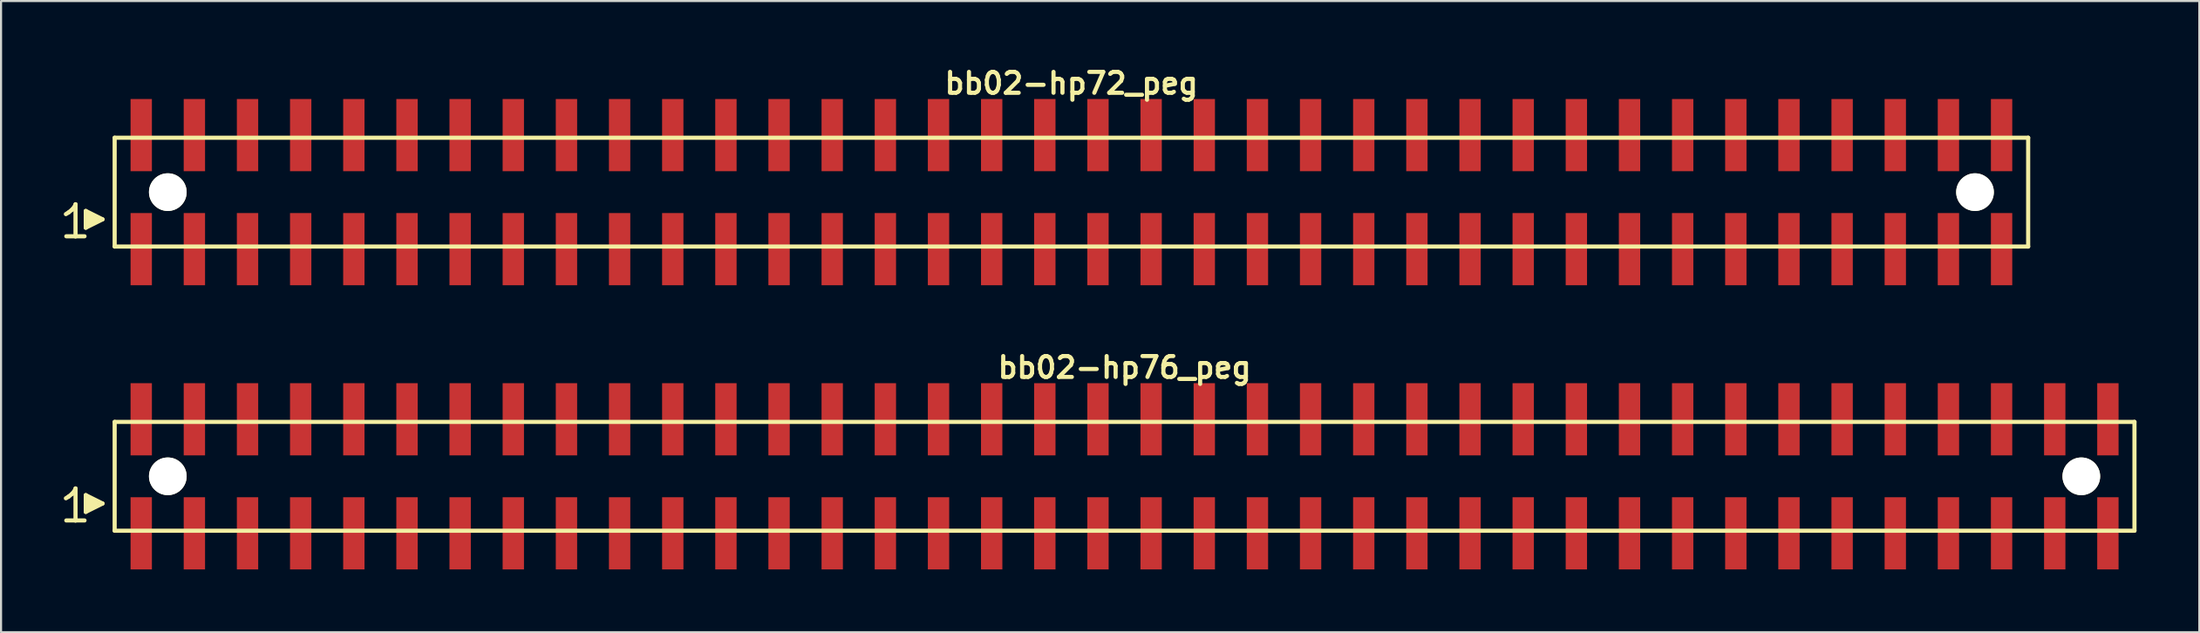
<source format=kicad_pcb>
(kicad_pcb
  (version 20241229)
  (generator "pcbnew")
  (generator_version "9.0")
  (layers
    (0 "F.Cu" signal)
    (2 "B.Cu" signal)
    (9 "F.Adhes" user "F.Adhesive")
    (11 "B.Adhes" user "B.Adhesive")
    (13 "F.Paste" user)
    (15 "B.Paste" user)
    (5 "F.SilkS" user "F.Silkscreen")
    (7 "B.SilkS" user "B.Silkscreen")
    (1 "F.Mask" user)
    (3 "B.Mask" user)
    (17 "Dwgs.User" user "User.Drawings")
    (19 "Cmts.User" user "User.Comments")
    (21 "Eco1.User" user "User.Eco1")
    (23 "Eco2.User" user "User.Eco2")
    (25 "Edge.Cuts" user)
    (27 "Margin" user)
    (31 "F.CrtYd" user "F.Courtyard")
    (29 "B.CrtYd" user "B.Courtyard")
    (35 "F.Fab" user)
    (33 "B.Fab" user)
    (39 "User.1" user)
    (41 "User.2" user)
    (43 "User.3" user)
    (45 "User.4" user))
  (footprint "bb02-hp76_peg"
    (layer "F.Cu")
    (at 50.689 19.713)
    (property "Reference" "bb02-hp76_peg" (at 0 -5.2 0) (layer "F.SilkS") (effects (font (size 0.998 0.998) (thickness 0.198))))
    (attr through_hole)
    (fp_line (start -50.59 1.05) (end -50.46 0.97) (stroke (width 0.198) (type solid)) (layer "F.SilkS"))
    (fp_line (start -50.46 0.97) (end -50.3 0.84) (stroke (width 0.198) (type solid)) (layer "F.SilkS"))
    (fp_line (start -50.3 0.84) (end -50.16 0.67) (stroke (width 0.198) (type solid)) (layer "F.SilkS"))
    (fp_line (start -50.16 0.67) (end -50.13 0.58) (stroke (width 0.198) (type solid)) (layer "F.SilkS"))
    (fp_line (start -50.13 0.58) (end -50.13 2.11) (stroke (width 0.198) (type solid)) (layer "F.SilkS"))
    (fp_line (start -50.13 2.11) (end -50.57 2.11) (stroke (width 0.198) (type solid)) (layer "F.SilkS"))
    (fp_line (start -49.7 2.11) (end -50.14 2.11) (stroke (width 0.198) (type solid)) (layer "F.SilkS"))
    (fp_line (start -49.64 0.9) (end -48.84 1.3) (stroke (width 0.198) (type solid)) (layer "F.SilkS"))
    (fp_line (start -49.64 1.7) (end -49.64 0.9) (stroke (width 0.198) (type solid)) (layer "F.SilkS"))
    (fp_line (start -49.54 1.6) (end -49.54 1) (stroke (width 0.198) (type solid)) (layer "F.SilkS"))
    (fp_line (start -49.44 1.1) (end -49.44 1.5) (stroke (width 0.198) (type solid)) (layer "F.SilkS"))
    (fp_line (start -49.34 1.5) (end -49.34 1.1) (stroke (width 0.198) (type solid)) (layer "F.SilkS"))
    (fp_line (start -49.24 1.2) (end -49.24 1.4) (stroke (width 0.198) (type solid)) (layer "F.SilkS"))
    (fp_line (start -49.14 1.4) (end -49.14 1.2) (stroke (width 0.198) (type solid)) (layer "F.SilkS"))
    (fp_line (start -48.84 1.3) (end -49.64 1.7) (stroke (width 0.198) (type solid)) (layer "F.SilkS"))
    (fp_line (start -48.26 -2.6) (end -48.26 2.6) (stroke (width 0.198) (type solid)) (layer "F.SilkS"))
    (fp_line (start -48.26 -2.6) (end 48.26 -2.6) (stroke (width 0.198) (type solid)) (layer "F.SilkS"))
    (fp_line (start 48.26 2.6) (end -48.26 2.6) (stroke (width 0.198) (type solid)) (layer "F.SilkS"))
    (fp_line (start 48.26 2.6) (end 48.26 -2.6) (stroke (width 0.198) (type solid)) (layer "F.SilkS"))
    (pad "" np_thru_hole circle (at -45.72 0) (size 1.8 1.8) (drill 1.8) (layers "*.Cu" "*.Mask" "F.SilkS"))
    (pad "" np_thru_hole circle (at 45.72 0) (size 1.8 1.8) (drill 1.8) (layers "*.Cu" "*.Mask" "F.SilkS"))
    (pad "1" smd rect (at -46.99 2.725) (size 1.02 3.45) (layers "F.Cu" "F.Mask" "F.Paste"))
    (pad "2" smd rect (at -46.99 -2.725) (size 1.02 3.45) (layers "F.Cu" "F.Mask" "F.Paste"))
    (pad "3" smd rect (at -44.45 2.725) (size 1.02 3.45) (layers "F.Cu" "F.Mask" "F.Paste"))
    (pad "4" smd rect (at -44.45 -2.725) (size 1.02 3.45) (layers "F.Cu" "F.Mask" "F.Paste"))
    (pad "5" smd rect (at -41.91 2.725) (size 1.02 3.45) (layers "F.Cu" "F.Mask" "F.Paste"))
    (pad "6" smd rect (at -41.91 -2.725) (size 1.02 3.45) (layers "F.Cu" "F.Mask" "F.Paste"))
    (pad "7" smd rect (at -39.37 2.725) (size 1.02 3.45) (layers "F.Cu" "F.Mask" "F.Paste"))
    (pad "8" smd rect (at -39.37 -2.725) (size 1.02 3.45) (layers "F.Cu" "F.Mask" "F.Paste"))
    (pad "9" smd rect (at -36.83 2.725) (size 1.02 3.45) (layers "F.Cu" "F.Mask" "F.Paste"))
    (pad "10" smd rect (at -36.83 -2.725) (size 1.02 3.45) (layers "F.Cu" "F.Mask" "F.Paste"))
    (pad "11" smd rect (at -34.29 2.725) (size 1.02 3.45) (layers "F.Cu" "F.Mask" "F.Paste"))
    (pad "12" smd rect (at -34.29 -2.725) (size 1.02 3.45) (layers "F.Cu" "F.Mask" "F.Paste"))
    (pad "13" smd rect (at -31.75 2.725) (size 1.02 3.45) (layers "F.Cu" "F.Mask" "F.Paste"))
    (pad "14" smd rect (at -31.75 -2.725) (size 1.02 3.45) (layers "F.Cu" "F.Mask" "F.Paste"))
    (pad "15" smd rect (at -29.21 2.725) (size 1.02 3.45) (layers "F.Cu" "F.Mask" "F.Paste"))
    (pad "16" smd rect (at -29.21 -2.725) (size 1.02 3.45) (layers "F.Cu" "F.Mask" "F.Paste"))
    (pad "17" smd rect (at -26.67 2.725) (size 1.02 3.45) (layers "F.Cu" "F.Mask" "F.Paste"))
    (pad "18" smd rect (at -26.67 -2.725) (size 1.02 3.45) (layers "F.Cu" "F.Mask" "F.Paste"))
    (pad "19" smd rect (at -24.13 2.725) (size 1.02 3.45) (layers "F.Cu" "F.Mask" "F.Paste"))
    (pad "20" smd rect (at -24.13 -2.725) (size 1.02 3.45) (layers "F.Cu" "F.Mask" "F.Paste"))
    (pad "21" smd rect (at -21.59 2.725) (size 1.02 3.45) (layers "F.Cu" "F.Mask" "F.Paste"))
    (pad "22" smd rect (at -21.59 -2.725) (size 1.02 3.45) (layers "F.Cu" "F.Mask" "F.Paste"))
    (pad "23" smd rect (at -19.05 2.725) (size 1.02 3.45) (layers "F.Cu" "F.Mask" "F.Paste"))
    (pad "24" smd rect (at -19.05 -2.725) (size 1.02 3.45) (layers "F.Cu" "F.Mask" "F.Paste"))
    (pad "25" smd rect (at -16.51 2.725) (size 1.02 3.45) (layers "F.Cu" "F.Mask" "F.Paste"))
    (pad "26" smd rect (at -16.51 -2.725) (size 1.02 3.45) (layers "F.Cu" "F.Mask" "F.Paste"))
    (pad "27" smd rect (at -13.97 2.725) (size 1.02 3.45) (layers "F.Cu" "F.Mask" "F.Paste"))
    (pad "28" smd rect (at -13.97 -2.725) (size 1.02 3.45) (layers "F.Cu" "F.Mask" "F.Paste"))
    (pad "29" smd rect (at -11.43 2.725) (size 1.02 3.45) (layers "F.Cu" "F.Mask" "F.Paste"))
    (pad "30" smd rect (at -11.43 -2.725) (size 1.02 3.45) (layers "F.Cu" "F.Mask" "F.Paste"))
    (pad "31" smd rect (at -8.89 2.725) (size 1.02 3.45) (layers "F.Cu" "F.Mask" "F.Paste"))
    (pad "32" smd rect (at -8.89 -2.725) (size 1.02 3.45) (layers "F.Cu" "F.Mask" "F.Paste"))
    (pad "33" smd rect (at -6.35 2.725) (size 1.02 3.45) (layers "F.Cu" "F.Mask" "F.Paste"))
    (pad "34" smd rect (at -6.35 -2.725) (size 1.02 3.45) (layers "F.Cu" "F.Mask" "F.Paste"))
    (pad "35" smd rect (at -3.81 2.725) (size 1.02 3.45) (layers "F.Cu" "F.Mask" "F.Paste"))
    (pad "36" smd rect (at -3.81 -2.725) (size 1.02 3.45) (layers "F.Cu" "F.Mask" "F.Paste"))
    (pad "37" smd rect (at -1.27 2.725) (size 1.02 3.45) (layers "F.Cu" "F.Mask" "F.Paste"))
    (pad "38" smd rect (at -1.27 -2.725) (size 1.02 3.45) (layers "F.Cu" "F.Mask" "F.Paste"))
    (pad "39" smd rect (at 1.27 2.725) (size 1.02 3.45) (layers "F.Cu" "F.Mask" "F.Paste"))
    (pad "40" smd rect (at 1.27 -2.725) (size 1.02 3.45) (layers "F.Cu" "F.Mask" "F.Paste"))
    (pad "41" smd rect (at 3.81 2.725) (size 1.02 3.45) (layers "F.Cu" "F.Mask" "F.Paste"))
    (pad "42" smd rect (at 3.81 -2.725) (size 1.02 3.45) (layers "F.Cu" "F.Mask" "F.Paste"))
    (pad "43" smd rect (at 6.35 2.725) (size 1.02 3.45) (layers "F.Cu" "F.Mask" "F.Paste"))
    (pad "44" smd rect (at 6.35 -2.725) (size 1.02 3.45) (layers "F.Cu" "F.Mask" "F.Paste"))
    (pad "45" smd rect (at 8.89 2.725) (size 1.02 3.45) (layers "F.Cu" "F.Mask" "F.Paste"))
    (pad "46" smd rect (at 8.89 -2.725) (size 1.02 3.45) (layers "F.Cu" "F.Mask" "F.Paste"))
    (pad "47" smd rect (at 11.43 2.725) (size 1.02 3.45) (layers "F.Cu" "F.Mask" "F.Paste"))
    (pad "48" smd rect (at 11.43 -2.725) (size 1.02 3.45) (layers "F.Cu" "F.Mask" "F.Paste"))
    (pad "49" smd rect (at 13.97 2.725) (size 1.02 3.45) (layers "F.Cu" "F.Mask" "F.Paste"))
    (pad "50" smd rect (at 13.97 -2.725) (size 1.02 3.45) (layers "F.Cu" "F.Mask" "F.Paste"))
    (pad "51" smd rect (at 16.51 2.725) (size 1.02 3.45) (layers "F.Cu" "F.Mask" "F.Paste"))
    (pad "52" smd rect (at 16.51 -2.725) (size 1.02 3.45) (layers "F.Cu" "F.Mask" "F.Paste"))
    (pad "53" smd rect (at 19.05 2.725) (size 1.02 3.45) (layers "F.Cu" "F.Mask" "F.Paste"))
    (pad "54" smd rect (at 19.05 -2.725) (size 1.02 3.45) (layers "F.Cu" "F.Mask" "F.Paste"))
    (pad "55" smd rect (at 21.59 2.725) (size 1.02 3.45) (layers "F.Cu" "F.Mask" "F.Paste"))
    (pad "56" smd rect (at 21.59 -2.725) (size 1.02 3.45) (layers "F.Cu" "F.Mask" "F.Paste"))
    (pad "57" smd rect (at 24.13 2.725) (size 1.02 3.45) (layers "F.Cu" "F.Mask" "F.Paste"))
    (pad "58" smd rect (at 24.13 -2.725) (size 1.02 3.45) (layers "F.Cu" "F.Mask" "F.Paste"))
    (pad "59" smd rect (at 26.67 2.725) (size 1.02 3.45) (layers "F.Cu" "F.Mask" "F.Paste"))
    (pad "60" smd rect (at 26.67 -2.725) (size 1.02 3.45) (layers "F.Cu" "F.Mask" "F.Paste"))
    (pad "61" smd rect (at 29.21 2.725) (size 1.02 3.45) (layers "F.Cu" "F.Mask" "F.Paste"))
    (pad "62" smd rect (at 29.21 -2.725) (size 1.02 3.45) (layers "F.Cu" "F.Mask" "F.Paste"))
    (pad "63" smd rect (at 31.75 2.725) (size 1.02 3.45) (layers "F.Cu" "F.Mask" "F.Paste"))
    (pad "64" smd rect (at 31.75 -2.725) (size 1.02 3.45) (layers "F.Cu" "F.Mask" "F.Paste"))
    (pad "65" smd rect (at 34.29 2.725) (size 1.02 3.45) (layers "F.Cu" "F.Mask" "F.Paste"))
    (pad "66" smd rect (at 34.29 -2.725) (size 1.02 3.45) (layers "F.Cu" "F.Mask" "F.Paste"))
    (pad "67" smd rect (at 36.83 2.725) (size 1.02 3.45) (layers "F.Cu" "F.Mask" "F.Paste"))
    (pad "68" smd rect (at 36.83 -2.725) (size 1.02 3.45) (layers "F.Cu" "F.Mask" "F.Paste"))
    (pad "69" smd rect (at 39.37 2.725) (size 1.02 3.45) (layers "F.Cu" "F.Mask" "F.Paste"))
    (pad "70" smd rect (at 39.37 -2.725) (size 1.02 3.45) (layers "F.Cu" "F.Mask" "F.Paste"))
    (pad "71" smd rect (at 41.91 2.725) (size 1.02 3.45) (layers "F.Cu" "F.Mask" "F.Paste"))
    (pad "72" smd rect (at 41.91 -2.725) (size 1.02 3.45) (layers "F.Cu" "F.Mask" "F.Paste"))
    (pad "73" smd rect (at 44.45 2.725) (size 1.02 3.45) (layers "F.Cu" "F.Mask" "F.Paste"))
    (pad "74" smd rect (at 44.45 -2.725) (size 1.02 3.45) (layers "F.Cu" "F.Mask" "F.Paste"))
    (pad "75" smd rect (at 46.99 2.725) (size 1.02 3.45) (layers "F.Cu" "F.Mask" "F.Paste"))
    (pad "76" smd rect (at 46.99 -2.725) (size 1.02 3.45) (layers "F.Cu" "F.Mask" "F.Paste")))
  (footprint "bb02-hp72_peg"
    (layer "F.Cu")
    (at 48.149 6.132)
    (property "Reference" "bb02-hp72_peg" (at 0 -5.2 0) (layer "F.SilkS") (effects (font (size 0.998 0.998) (thickness 0.198))))
    (attr through_hole)
    (fp_line (start -48.05 1.05) (end -47.92 0.97) (stroke (width 0.198) (type solid)) (layer "F.SilkS"))
    (fp_line (start -47.92 0.97) (end -47.76 0.84) (stroke (width 0.198) (type solid)) (layer "F.SilkS"))
    (fp_line (start -47.76 0.84) (end -47.62 0.67) (stroke (width 0.198) (type solid)) (layer "F.SilkS"))
    (fp_line (start -47.62 0.67) (end -47.59 0.58) (stroke (width 0.198) (type solid)) (layer "F.SilkS"))
    (fp_line (start -47.59 0.58) (end -47.59 2.11) (stroke (width 0.198) (type solid)) (layer "F.SilkS"))
    (fp_line (start -47.59 2.11) (end -48.03 2.11) (stroke (width 0.198) (type solid)) (layer "F.SilkS"))
    (fp_line (start -47.16 2.11) (end -47.6 2.11) (stroke (width 0.198) (type solid)) (layer "F.SilkS"))
    (fp_line (start -47.1 0.9) (end -46.3 1.3) (stroke (width 0.198) (type solid)) (layer "F.SilkS"))
    (fp_line (start -47.1 1.7) (end -47.1 0.9) (stroke (width 0.198) (type solid)) (layer "F.SilkS"))
    (fp_line (start -47 1.6) (end -47 1) (stroke (width 0.198) (type solid)) (layer "F.SilkS"))
    (fp_line (start -46.9 1.1) (end -46.9 1.5) (stroke (width 0.198) (type solid)) (layer "F.SilkS"))
    (fp_line (start -46.8 1.5) (end -46.8 1.1) (stroke (width 0.198) (type solid)) (layer "F.SilkS"))
    (fp_line (start -46.7 1.2) (end -46.7 1.4) (stroke (width 0.198) (type solid)) (layer "F.SilkS"))
    (fp_line (start -46.6 1.4) (end -46.6 1.2) (stroke (width 0.198) (type solid)) (layer "F.SilkS"))
    (fp_line (start -46.3 1.3) (end -47.1 1.7) (stroke (width 0.198) (type solid)) (layer "F.SilkS"))
    (fp_line (start -45.72 -2.6) (end -45.72 2.6) (stroke (width 0.198) (type solid)) (layer "F.SilkS"))
    (fp_line (start -45.72 -2.6) (end 45.72 -2.6) (stroke (width 0.198) (type solid)) (layer "F.SilkS"))
    (fp_line (start 45.72 2.6) (end -45.72 2.6) (stroke (width 0.198) (type solid)) (layer "F.SilkS"))
    (fp_line (start 45.72 2.6) (end 45.72 -2.6) (stroke (width 0.198) (type solid)) (layer "F.SilkS"))
    (pad "" np_thru_hole circle (at -43.18 0) (size 1.8 1.8) (drill 1.8) (layers "*.Cu" "*.Mask" "F.SilkS"))
    (pad "" np_thru_hole circle (at 43.18 0) (size 1.8 1.8) (drill 1.8) (layers "*.Cu" "*.Mask" "F.SilkS"))
    (pad "1" smd rect (at -44.45 2.725) (size 1.02 3.45) (layers "F.Cu" "F.Mask" "F.Paste"))
    (pad "2" smd rect (at -44.45 -2.725) (size 1.02 3.45) (layers "F.Cu" "F.Mask" "F.Paste"))
    (pad "3" smd rect (at -41.91 2.725) (size 1.02 3.45) (layers "F.Cu" "F.Mask" "F.Paste"))
    (pad "4" smd rect (at -41.91 -2.725) (size 1.02 3.45) (layers "F.Cu" "F.Mask" "F.Paste"))
    (pad "5" smd rect (at -39.37 2.725) (size 1.02 3.45) (layers "F.Cu" "F.Mask" "F.Paste"))
    (pad "6" smd rect (at -39.37 -2.725) (size 1.02 3.45) (layers "F.Cu" "F.Mask" "F.Paste"))
    (pad "7" smd rect (at -36.83 2.725) (size 1.02 3.45) (layers "F.Cu" "F.Mask" "F.Paste"))
    (pad "8" smd rect (at -36.83 -2.725) (size 1.02 3.45) (layers "F.Cu" "F.Mask" "F.Paste"))
    (pad "9" smd rect (at -34.29 2.725) (size 1.02 3.45) (layers "F.Cu" "F.Mask" "F.Paste"))
    (pad "10" smd rect (at -34.29 -2.725) (size 1.02 3.45) (layers "F.Cu" "F.Mask" "F.Paste"))
    (pad "11" smd rect (at -31.75 2.725) (size 1.02 3.45) (layers "F.Cu" "F.Mask" "F.Paste"))
    (pad "12" smd rect (at -31.75 -2.725) (size 1.02 3.45) (layers "F.Cu" "F.Mask" "F.Paste"))
    (pad "13" smd rect (at -29.21 2.725) (size 1.02 3.45) (layers "F.Cu" "F.Mask" "F.Paste"))
    (pad "14" smd rect (at -29.21 -2.725) (size 1.02 3.45) (layers "F.Cu" "F.Mask" "F.Paste"))
    (pad "15" smd rect (at -26.67 2.725) (size 1.02 3.45) (layers "F.Cu" "F.Mask" "F.Paste"))
    (pad "16" smd rect (at -26.67 -2.725) (size 1.02 3.45) (layers "F.Cu" "F.Mask" "F.Paste"))
    (pad "17" smd rect (at -24.13 2.725) (size 1.02 3.45) (layers "F.Cu" "F.Mask" "F.Paste"))
    (pad "18" smd rect (at -24.13 -2.725) (size 1.02 3.45) (layers "F.Cu" "F.Mask" "F.Paste"))
    (pad "19" smd rect (at -21.59 2.725) (size 1.02 3.45) (layers "F.Cu" "F.Mask" "F.Paste"))
    (pad "20" smd rect (at -21.59 -2.725) (size 1.02 3.45) (layers "F.Cu" "F.Mask" "F.Paste"))
    (pad "21" smd rect (at -19.05 2.725) (size 1.02 3.45) (layers "F.Cu" "F.Mask" "F.Paste"))
    (pad "22" smd rect (at -19.05 -2.725) (size 1.02 3.45) (layers "F.Cu" "F.Mask" "F.Paste"))
    (pad "23" smd rect (at -16.51 2.725) (size 1.02 3.45) (layers "F.Cu" "F.Mask" "F.Paste"))
    (pad "24" smd rect (at -16.51 -2.725) (size 1.02 3.45) (layers "F.Cu" "F.Mask" "F.Paste"))
    (pad "25" smd rect (at -13.97 2.725) (size 1.02 3.45) (layers "F.Cu" "F.Mask" "F.Paste"))
    (pad "26" smd rect (at -13.97 -2.725) (size 1.02 3.45) (layers "F.Cu" "F.Mask" "F.Paste"))
    (pad "27" smd rect (at -11.43 2.725) (size 1.02 3.45) (layers "F.Cu" "F.Mask" "F.Paste"))
    (pad "28" smd rect (at -11.43 -2.725) (size 1.02 3.45) (layers "F.Cu" "F.Mask" "F.Paste"))
    (pad "29" smd rect (at -8.89 2.725) (size 1.02 3.45) (layers "F.Cu" "F.Mask" "F.Paste"))
    (pad "30" smd rect (at -8.89 -2.725) (size 1.02 3.45) (layers "F.Cu" "F.Mask" "F.Paste"))
    (pad "31" smd rect (at -6.35 2.725) (size 1.02 3.45) (layers "F.Cu" "F.Mask" "F.Paste"))
    (pad "32" smd rect (at -6.35 -2.725) (size 1.02 3.45) (layers "F.Cu" "F.Mask" "F.Paste"))
    (pad "33" smd rect (at -3.81 2.725) (size 1.02 3.45) (layers "F.Cu" "F.Mask" "F.Paste"))
    (pad "34" smd rect (at -3.81 -2.725) (size 1.02 3.45) (layers "F.Cu" "F.Mask" "F.Paste"))
    (pad "35" smd rect (at -1.27 2.725) (size 1.02 3.45) (layers "F.Cu" "F.Mask" "F.Paste"))
    (pad "36" smd rect (at -1.27 -2.725) (size 1.02 3.45) (layers "F.Cu" "F.Mask" "F.Paste"))
    (pad "37" smd rect (at 1.27 2.725) (size 1.02 3.45) (layers "F.Cu" "F.Mask" "F.Paste"))
    (pad "38" smd rect (at 1.27 -2.725) (size 1.02 3.45) (layers "F.Cu" "F.Mask" "F.Paste"))
    (pad "39" smd rect (at 3.81 2.725) (size 1.02 3.45) (layers "F.Cu" "F.Mask" "F.Paste"))
    (pad "40" smd rect (at 3.81 -2.725) (size 1.02 3.45) (layers "F.Cu" "F.Mask" "F.Paste"))
    (pad "41" smd rect (at 6.35 2.725) (size 1.02 3.45) (layers "F.Cu" "F.Mask" "F.Paste"))
    (pad "42" smd rect (at 6.35 -2.725) (size 1.02 3.45) (layers "F.Cu" "F.Mask" "F.Paste"))
    (pad "43" smd rect (at 8.89 2.725) (size 1.02 3.45) (layers "F.Cu" "F.Mask" "F.Paste"))
    (pad "44" smd rect (at 8.89 -2.725) (size 1.02 3.45) (layers "F.Cu" "F.Mask" "F.Paste"))
    (pad "45" smd rect (at 11.43 2.725) (size 1.02 3.45) (layers "F.Cu" "F.Mask" "F.Paste"))
    (pad "46" smd rect (at 11.43 -2.725) (size 1.02 3.45) (layers "F.Cu" "F.Mask" "F.Paste"))
    (pad "47" smd rect (at 13.97 2.725) (size 1.02 3.45) (layers "F.Cu" "F.Mask" "F.Paste"))
    (pad "48" smd rect (at 13.97 -2.725) (size 1.02 3.45) (layers "F.Cu" "F.Mask" "F.Paste"))
    (pad "49" smd rect (at 16.51 2.725) (size 1.02 3.45) (layers "F.Cu" "F.Mask" "F.Paste"))
    (pad "50" smd rect (at 16.51 -2.725) (size 1.02 3.45) (layers "F.Cu" "F.Mask" "F.Paste"))
    (pad "51" smd rect (at 19.05 2.725) (size 1.02 3.45) (layers "F.Cu" "F.Mask" "F.Paste"))
    (pad "52" smd rect (at 19.05 -2.725) (size 1.02 3.45) (layers "F.Cu" "F.Mask" "F.Paste"))
    (pad "53" smd rect (at 21.59 2.725) (size 1.02 3.45) (layers "F.Cu" "F.Mask" "F.Paste"))
    (pad "54" smd rect (at 21.59 -2.725) (size 1.02 3.45) (layers "F.Cu" "F.Mask" "F.Paste"))
    (pad "55" smd rect (at 24.13 2.725) (size 1.02 3.45) (layers "F.Cu" "F.Mask" "F.Paste"))
    (pad "56" smd rect (at 24.13 -2.725) (size 1.02 3.45) (layers "F.Cu" "F.Mask" "F.Paste"))
    (pad "57" smd rect (at 26.67 2.725) (size 1.02 3.45) (layers "F.Cu" "F.Mask" "F.Paste"))
    (pad "58" smd rect (at 26.67 -2.725) (size 1.02 3.45) (layers "F.Cu" "F.Mask" "F.Paste"))
    (pad "59" smd rect (at 29.21 2.725) (size 1.02 3.45) (layers "F.Cu" "F.Mask" "F.Paste"))
    (pad "60" smd rect (at 29.21 -2.725) (size 1.02 3.45) (layers "F.Cu" "F.Mask" "F.Paste"))
    (pad "61" smd rect (at 31.75 2.725) (size 1.02 3.45) (layers "F.Cu" "F.Mask" "F.Paste"))
    (pad "62" smd rect (at 31.75 -2.725) (size 1.02 3.45) (layers "F.Cu" "F.Mask" "F.Paste"))
    (pad "63" smd rect (at 34.29 2.725) (size 1.02 3.45) (layers "F.Cu" "F.Mask" "F.Paste"))
    (pad "64" smd rect (at 34.29 -2.725) (size 1.02 3.45) (layers "F.Cu" "F.Mask" "F.Paste"))
    (pad "65" smd rect (at 36.83 2.725) (size 1.02 3.45) (layers "F.Cu" "F.Mask" "F.Paste"))
    (pad "66" smd rect (at 36.83 -2.725) (size 1.02 3.45) (layers "F.Cu" "F.Mask" "F.Paste"))
    (pad "67" smd rect (at 39.37 2.725) (size 1.02 3.45) (layers "F.Cu" "F.Mask" "F.Paste"))
    (pad "68" smd rect (at 39.37 -2.725) (size 1.02 3.45) (layers "F.Cu" "F.Mask" "F.Paste"))
    (pad "69" smd rect (at 41.91 2.725) (size 1.02 3.45) (layers "F.Cu" "F.Mask" "F.Paste"))
    (pad "70" smd rect (at 41.91 -2.725) (size 1.02 3.45) (layers "F.Cu" "F.Mask" "F.Paste"))
    (pad "71" smd rect (at 44.45 2.725) (size 1.02 3.45) (layers "F.Cu" "F.Mask" "F.Paste"))
    (pad "72" smd rect (at 44.45 -2.725) (size 1.02 3.45) (layers "F.Cu" "F.Mask" "F.Paste")))
  (gr_rect
    (start -3 -3)
    (end 102.048 27.163)
    (stroke (width 0.1) (type default))
    (fill no)
    (layer "Edge.Cuts")))
</source>
